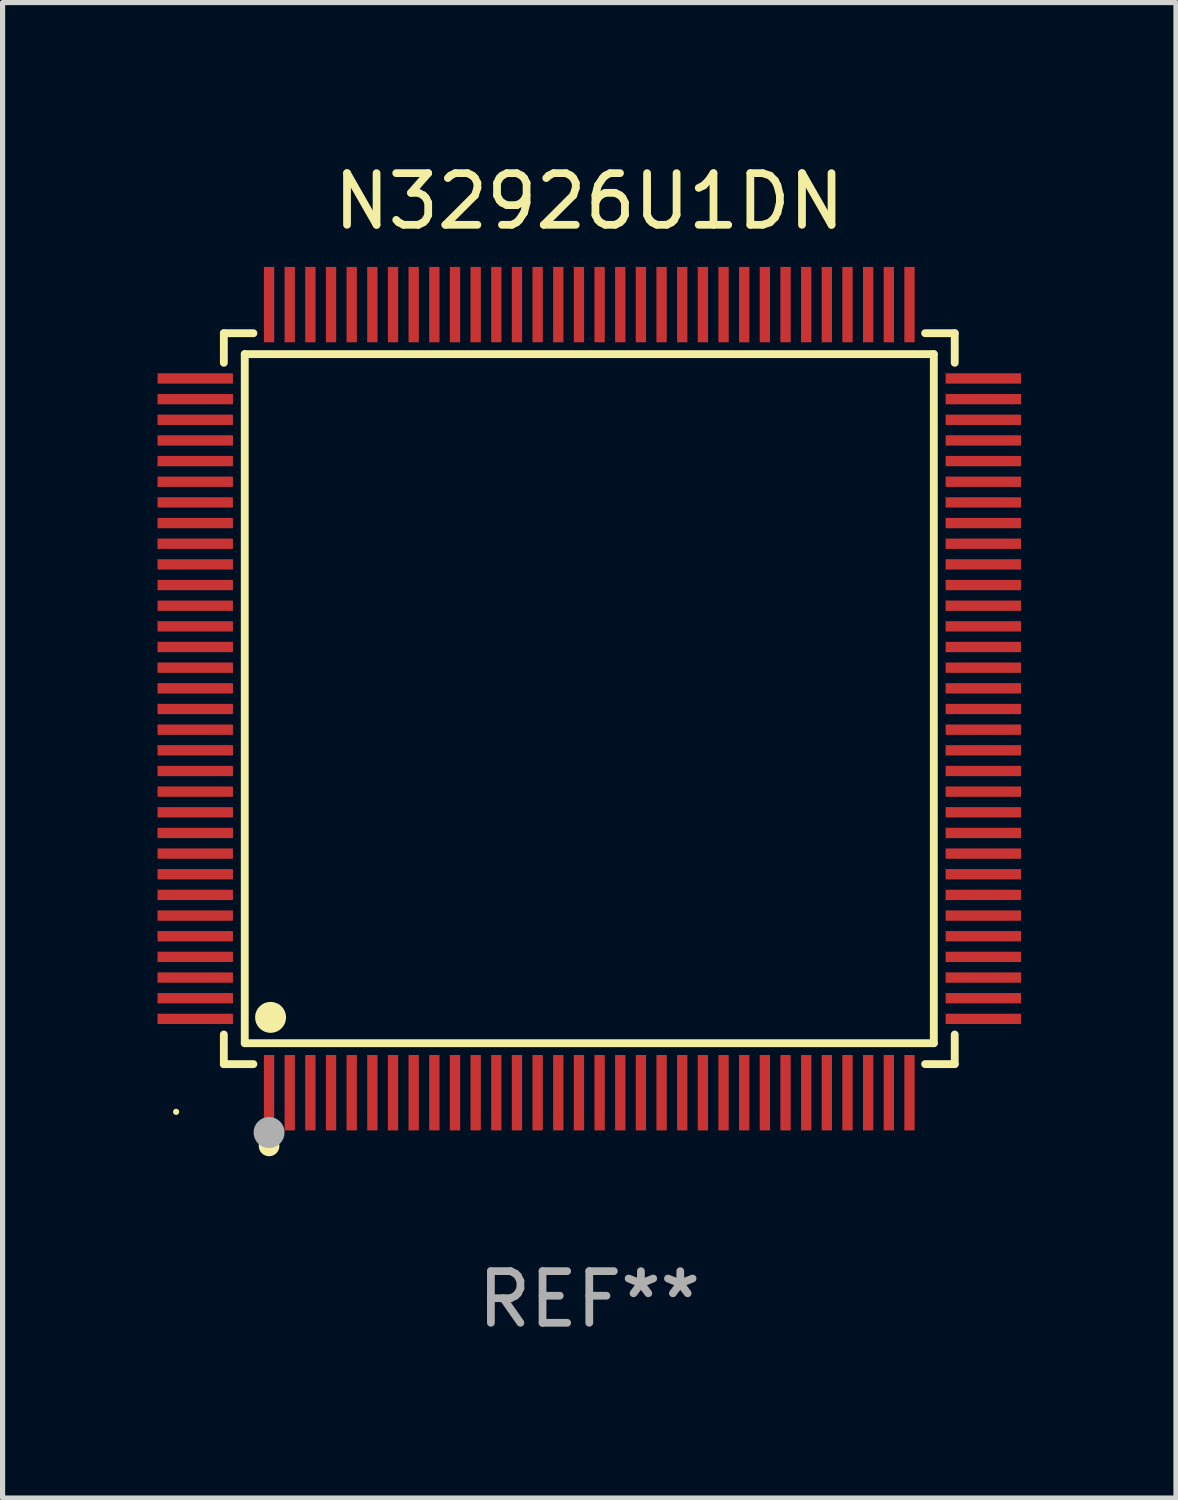
<source format=kicad_pcb>
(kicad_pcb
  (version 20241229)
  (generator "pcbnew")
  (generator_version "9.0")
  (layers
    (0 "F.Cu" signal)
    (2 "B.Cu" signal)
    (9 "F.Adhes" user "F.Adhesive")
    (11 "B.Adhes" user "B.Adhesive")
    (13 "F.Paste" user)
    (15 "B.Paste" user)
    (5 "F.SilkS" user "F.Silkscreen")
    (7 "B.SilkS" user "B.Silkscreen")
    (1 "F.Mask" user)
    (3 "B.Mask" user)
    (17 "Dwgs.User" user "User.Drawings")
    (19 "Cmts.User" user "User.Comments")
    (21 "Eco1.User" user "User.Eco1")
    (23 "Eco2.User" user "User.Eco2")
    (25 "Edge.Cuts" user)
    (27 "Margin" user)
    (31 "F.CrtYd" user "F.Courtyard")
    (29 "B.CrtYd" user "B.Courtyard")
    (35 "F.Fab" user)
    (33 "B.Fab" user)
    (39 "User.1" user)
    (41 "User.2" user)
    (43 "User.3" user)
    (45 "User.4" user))
  (footprint "N32926U1DN"
    (layer "F.Cu")
    (at 8.36 10.478)
    (property "Reference" "N32926U1DN" (at 0 -9.63 0) (layer "F.SilkS") (effects (font (size 1 1) (thickness 0.15))))
    (attr through_hole)
    (fp_line (start -7.076 -7.076) (end -6.503 -7.076) (stroke (width 0.152) (type solid)) (layer "F.SilkS"))
    (fp_line (start -7.076 -6.503) (end -7.076 -7.076) (stroke (width 0.152) (type solid)) (layer "F.SilkS"))
    (fp_line (start -7.076 6.503) (end -7.076 7.076) (stroke (width 0.152) (type solid)) (layer "F.SilkS"))
    (fp_line (start -7.076 7.076) (end -6.503 7.076) (stroke (width 0.152) (type solid)) (layer "F.SilkS"))
    (fp_line (start -6.671 -6.671) (end 6.671 -6.671) (stroke (width 0.152) (type solid)) (layer "F.SilkS"))
    (fp_line (start -6.671 6.671) (end -6.671 -6.671) (stroke (width 0.152) (type solid)) (layer "F.SilkS"))
    (fp_line (start 6.671 -6.671) (end 6.671 6.671) (stroke (width 0.152) (type solid)) (layer "F.SilkS"))
    (fp_line (start 6.671 6.671) (end -6.671 6.671) (stroke (width 0.152) (type solid)) (layer "F.SilkS"))
    (fp_line (start 7.076 -7.076) (end 6.503 -7.076) (stroke (width 0.152) (type solid)) (layer "F.SilkS"))
    (fp_line (start 7.076 -6.503) (end 7.076 -7.076) (stroke (width 0.152) (type solid)) (layer "F.SilkS"))
    (fp_line (start 7.076 6.503) (end 7.076 7.076) (stroke (width 0.152) (type solid)) (layer "F.SilkS"))
    (fp_line (start 7.076 7.076) (end 6.503 7.076) (stroke (width 0.152) (type solid)) (layer "F.SilkS"))
    (fp_circle (center -8 8) (end -7.97 8) (stroke (width 0.06) (type solid)) (fill no) (layer "F.SilkS"))
    (fp_circle (center -6.2 8.66) (end -6.1 8.66) (stroke (width 0.2) (type solid)) (fill no) (layer "F.SilkS"))
    (fp_circle (center -6.171 6.171) (end -6.021 6.171) (stroke (width 0.3) (type solid)) (fill no) (layer "F.SilkS"))
    (fp_circle (center -6.2 8.4) (end -6.05 8.4) (stroke (width 0.3) (type solid)) (fill no) (layer "F.Fab"))
    (fp_text user "REF**" (at 0 11.63 0) (layer "F.Fab") (effects (font (size 1 1) (thickness 0.15))))
    (pad "1" smd rect (at -6.2 7.63) (size 0.2 1.46) (layers "F.Cu" "F.Mask" "F.Paste"))
    (pad "2" smd rect (at -5.8 7.63) (size 0.2 1.46) (layers "F.Cu" "F.Mask" "F.Paste"))
    (pad "3" smd rect (at -5.4 7.63) (size 0.2 1.46) (layers "F.Cu" "F.Mask" "F.Paste"))
    (pad "4" smd rect (at -5 7.63) (size 0.2 1.46) (layers "F.Cu" "F.Mask" "F.Paste"))
    (pad "5" smd rect (at -4.6 7.63) (size 0.2 1.46) (layers "F.Cu" "F.Mask" "F.Paste"))
    (pad "6" smd rect (at -4.2 7.63) (size 0.2 1.46) (layers "F.Cu" "F.Mask" "F.Paste"))
    (pad "7" smd rect (at -3.8 7.63) (size 0.2 1.46) (layers "F.Cu" "F.Mask" "F.Paste"))
    (pad "8" smd rect (at -3.4 7.63) (size 0.2 1.46) (layers "F.Cu" "F.Mask" "F.Paste"))
    (pad "9" smd rect (at -3 7.63) (size 0.2 1.46) (layers "F.Cu" "F.Mask" "F.Paste"))
    (pad "10" smd rect (at -2.6 7.63) (size 0.2 1.46) (layers "F.Cu" "F.Mask" "F.Paste"))
    (pad "11" smd rect (at -2.2 7.63) (size 0.2 1.46) (layers "F.Cu" "F.Mask" "F.Paste"))
    (pad "12" smd rect (at -1.8 7.63) (size 0.2 1.46) (layers "F.Cu" "F.Mask" "F.Paste"))
    (pad "13" smd rect (at -1.4 7.63) (size 0.2 1.46) (layers "F.Cu" "F.Mask" "F.Paste"))
    (pad "14" smd rect (at -1 7.63) (size 0.2 1.46) (layers "F.Cu" "F.Mask" "F.Paste"))
    (pad "15" smd rect (at -0.6 7.63) (size 0.2 1.46) (layers "F.Cu" "F.Mask" "F.Paste"))
    (pad "16" smd rect (at -0.2 7.63) (size 0.2 1.46) (layers "F.Cu" "F.Mask" "F.Paste"))
    (pad "17" smd rect (at 0.2 7.63) (size 0.2 1.46) (layers "F.Cu" "F.Mask" "F.Paste"))
    (pad "18" smd rect (at 0.6 7.63) (size 0.2 1.46) (layers "F.Cu" "F.Mask" "F.Paste"))
    (pad "19" smd rect (at 1 7.63) (size 0.2 1.46) (layers "F.Cu" "F.Mask" "F.Paste"))
    (pad "20" smd rect (at 1.4 7.63) (size 0.2 1.46) (layers "F.Cu" "F.Mask" "F.Paste"))
    (pad "21" smd rect (at 1.8 7.63) (size 0.2 1.46) (layers "F.Cu" "F.Mask" "F.Paste"))
    (pad "22" smd rect (at 2.2 7.63) (size 0.2 1.46) (layers "F.Cu" "F.Mask" "F.Paste"))
    (pad "23" smd rect (at 2.6 7.63) (size 0.2 1.46) (layers "F.Cu" "F.Mask" "F.Paste"))
    (pad "24" smd rect (at 3 7.63) (size 0.2 1.46) (layers "F.Cu" "F.Mask" "F.Paste"))
    (pad "25" smd rect (at 3.4 7.63) (size 0.2 1.46) (layers "F.Cu" "F.Mask" "F.Paste"))
    (pad "26" smd rect (at 3.8 7.63) (size 0.2 1.46) (layers "F.Cu" "F.Mask" "F.Paste"))
    (pad "27" smd rect (at 4.2 7.63) (size 0.2 1.46) (layers "F.Cu" "F.Mask" "F.Paste"))
    (pad "28" smd rect (at 4.6 7.63) (size 0.2 1.46) (layers "F.Cu" "F.Mask" "F.Paste"))
    (pad "29" smd rect (at 5 7.63) (size 0.2 1.46) (layers "F.Cu" "F.Mask" "F.Paste"))
    (pad "30" smd rect (at 5.4 7.63) (size 0.2 1.46) (layers "F.Cu" "F.Mask" "F.Paste"))
    (pad "31" smd rect (at 5.8 7.63) (size 0.2 1.46) (layers "F.Cu" "F.Mask" "F.Paste"))
    (pad "32" smd rect (at 6.2 7.63) (size 0.2 1.46) (layers "F.Cu" "F.Mask" "F.Paste"))
    (pad "33" smd rect (at 7.63 6.2) (size 1.46 0.2) (layers "F.Cu" "F.Mask" "F.Paste"))
    (pad "34" smd rect (at 7.63 5.8) (size 1.46 0.2) (layers "F.Cu" "F.Mask" "F.Paste"))
    (pad "35" smd rect (at 7.63 5.4) (size 1.46 0.2) (layers "F.Cu" "F.Mask" "F.Paste"))
    (pad "36" smd rect (at 7.63 5) (size 1.46 0.2) (layers "F.Cu" "F.Mask" "F.Paste"))
    (pad "37" smd rect (at 7.63 4.6) (size 1.46 0.2) (layers "F.Cu" "F.Mask" "F.Paste"))
    (pad "38" smd rect (at 7.63 4.2) (size 1.46 0.2) (layers "F.Cu" "F.Mask" "F.Paste"))
    (pad "39" smd rect (at 7.63 3.8) (size 1.46 0.2) (layers "F.Cu" "F.Mask" "F.Paste"))
    (pad "40" smd rect (at 7.63 3.4) (size 1.46 0.2) (layers "F.Cu" "F.Mask" "F.Paste"))
    (pad "41" smd rect (at 7.63 3) (size 1.46 0.2) (layers "F.Cu" "F.Mask" "F.Paste"))
    (pad "42" smd rect (at 7.63 2.6) (size 1.46 0.2) (layers "F.Cu" "F.Mask" "F.Paste"))
    (pad "43" smd rect (at 7.63 2.2) (size 1.46 0.2) (layers "F.Cu" "F.Mask" "F.Paste"))
    (pad "44" smd rect (at 7.63 1.8) (size 1.46 0.2) (layers "F.Cu" "F.Mask" "F.Paste"))
    (pad "45" smd rect (at 7.63 1.4) (size 1.46 0.2) (layers "F.Cu" "F.Mask" "F.Paste"))
    (pad "46" smd rect (at 7.63 1) (size 1.46 0.2) (layers "F.Cu" "F.Mask" "F.Paste"))
    (pad "47" smd rect (at 7.63 0.6) (size 1.46 0.2) (layers "F.Cu" "F.Mask" "F.Paste"))
    (pad "48" smd rect (at 7.63 0.2) (size 1.46 0.2) (layers "F.Cu" "F.Mask" "F.Paste"))
    (pad "49" smd rect (at 7.63 -0.2) (size 1.46 0.2) (layers "F.Cu" "F.Mask" "F.Paste"))
    (pad "50" smd rect (at 7.63 -0.6) (size 1.46 0.2) (layers "F.Cu" "F.Mask" "F.Paste"))
    (pad "51" smd rect (at 7.63 -1) (size 1.46 0.2) (layers "F.Cu" "F.Mask" "F.Paste"))
    (pad "52" smd rect (at 7.63 -1.4) (size 1.46 0.2) (layers "F.Cu" "F.Mask" "F.Paste"))
    (pad "53" smd rect (at 7.63 -1.8) (size 1.46 0.2) (layers "F.Cu" "F.Mask" "F.Paste"))
    (pad "54" smd rect (at 7.63 -2.2) (size 1.46 0.2) (layers "F.Cu" "F.Mask" "F.Paste"))
    (pad "55" smd rect (at 7.63 -2.6) (size 1.46 0.2) (layers "F.Cu" "F.Mask" "F.Paste"))
    (pad "56" smd rect (at 7.63 -3) (size 1.46 0.2) (layers "F.Cu" "F.Mask" "F.Paste"))
    (pad "57" smd rect (at 7.63 -3.4) (size 1.46 0.2) (layers "F.Cu" "F.Mask" "F.Paste"))
    (pad "58" smd rect (at 7.63 -3.8) (size 1.46 0.2) (layers "F.Cu" "F.Mask" "F.Paste"))
    (pad "59" smd rect (at 7.63 -4.2) (size 1.46 0.2) (layers "F.Cu" "F.Mask" "F.Paste"))
    (pad "60" smd rect (at 7.63 -4.6) (size 1.46 0.2) (layers "F.Cu" "F.Mask" "F.Paste"))
    (pad "61" smd rect (at 7.63 -5) (size 1.46 0.2) (layers "F.Cu" "F.Mask" "F.Paste"))
    (pad "62" smd rect (at 7.63 -5.4) (size 1.46 0.2) (layers "F.Cu" "F.Mask" "F.Paste"))
    (pad "63" smd rect (at 7.63 -5.8) (size 1.46 0.2) (layers "F.Cu" "F.Mask" "F.Paste"))
    (pad "64" smd rect (at 7.63 -6.2) (size 1.46 0.2) (layers "F.Cu" "F.Mask" "F.Paste"))
    (pad "65" smd rect (at 6.2 -7.63) (size 0.2 1.46) (layers "F.Cu" "F.Mask" "F.Paste"))
    (pad "66" smd rect (at 5.8 -7.63) (size 0.2 1.46) (layers "F.Cu" "F.Mask" "F.Paste"))
    (pad "67" smd rect (at 5.4 -7.63) (size 0.2 1.46) (layers "F.Cu" "F.Mask" "F.Paste"))
    (pad "68" smd rect (at 5 -7.63) (size 0.2 1.46) (layers "F.Cu" "F.Mask" "F.Paste"))
    (pad "69" smd rect (at 4.6 -7.63) (size 0.2 1.46) (layers "F.Cu" "F.Mask" "F.Paste"))
    (pad "70" smd rect (at 4.2 -7.63) (size 0.2 1.46) (layers "F.Cu" "F.Mask" "F.Paste"))
    (pad "71" smd rect (at 3.8 -7.63) (size 0.2 1.46) (layers "F.Cu" "F.Mask" "F.Paste"))
    (pad "72" smd rect (at 3.4 -7.63) (size 0.2 1.46) (layers "F.Cu" "F.Mask" "F.Paste"))
    (pad "73" smd rect (at 3 -7.63) (size 0.2 1.46) (layers "F.Cu" "F.Mask" "F.Paste"))
    (pad "74" smd rect (at 2.6 -7.63) (size 0.2 1.46) (layers "F.Cu" "F.Mask" "F.Paste"))
    (pad "75" smd rect (at 2.2 -7.63) (size 0.2 1.46) (layers "F.Cu" "F.Mask" "F.Paste"))
    (pad "76" smd rect (at 1.8 -7.63) (size 0.2 1.46) (layers "F.Cu" "F.Mask" "F.Paste"))
    (pad "77" smd rect (at 1.4 -7.63) (size 0.2 1.46) (layers "F.Cu" "F.Mask" "F.Paste"))
    (pad "78" smd rect (at 1 -7.63) (size 0.2 1.46) (layers "F.Cu" "F.Mask" "F.Paste"))
    (pad "79" smd rect (at 0.6 -7.63) (size 0.2 1.46) (layers "F.Cu" "F.Mask" "F.Paste"))
    (pad "80" smd rect (at 0.2 -7.63) (size 0.2 1.46) (layers "F.Cu" "F.Mask" "F.Paste"))
    (pad "81" smd rect (at -0.2 -7.63) (size 0.2 1.46) (layers "F.Cu" "F.Mask" "F.Paste"))
    (pad "82" smd rect (at -0.6 -7.63) (size 0.2 1.46) (layers "F.Cu" "F.Mask" "F.Paste"))
    (pad "83" smd rect (at -1 -7.63) (size 0.2 1.46) (layers "F.Cu" "F.Mask" "F.Paste"))
    (pad "84" smd rect (at -1.4 -7.63) (size 0.2 1.46) (layers "F.Cu" "F.Mask" "F.Paste"))
    (pad "85" smd rect (at -1.8 -7.63) (size 0.2 1.46) (layers "F.Cu" "F.Mask" "F.Paste"))
    (pad "86" smd rect (at -2.2 -7.63) (size 0.2 1.46) (layers "F.Cu" "F.Mask" "F.Paste"))
    (pad "87" smd rect (at -2.6 -7.63) (size 0.2 1.46) (layers "F.Cu" "F.Mask" "F.Paste"))
    (pad "88" smd rect (at -3 -7.63) (size 0.2 1.46) (layers "F.Cu" "F.Mask" "F.Paste"))
    (pad "89" smd rect (at -3.4 -7.63) (size 0.2 1.46) (layers "F.Cu" "F.Mask" "F.Paste"))
    (pad "90" smd rect (at -3.8 -7.63) (size 0.2 1.46) (layers "F.Cu" "F.Mask" "F.Paste"))
    (pad "91" smd rect (at -4.2 -7.63) (size 0.2 1.46) (layers "F.Cu" "F.Mask" "F.Paste"))
    (pad "92" smd rect (at -4.6 -7.63) (size 0.2 1.46) (layers "F.Cu" "F.Mask" "F.Paste"))
    (pad "93" smd rect (at -5 -7.63) (size 0.2 1.46) (layers "F.Cu" "F.Mask" "F.Paste"))
    (pad "94" smd rect (at -5.4 -7.63) (size 0.2 1.46) (layers "F.Cu" "F.Mask" "F.Paste"))
    (pad "95" smd rect (at -5.8 -7.63) (size 0.2 1.46) (layers "F.Cu" "F.Mask" "F.Paste"))
    (pad "96" smd rect (at -6.2 -7.63) (size 0.2 1.46) (layers "F.Cu" "F.Mask" "F.Paste"))
    (pad "97" smd rect (at -7.63 -6.2) (size 1.46 0.2) (layers "F.Cu" "F.Mask" "F.Paste"))
    (pad "98" smd rect (at -7.63 -5.8) (size 1.46 0.2) (layers "F.Cu" "F.Mask" "F.Paste"))
    (pad "99" smd rect (at -7.63 -5.4) (size 1.46 0.2) (layers "F.Cu" "F.Mask" "F.Paste"))
    (pad "100" smd rect (at -7.63 -5) (size 1.46 0.2) (layers "F.Cu" "F.Mask" "F.Paste"))
    (pad "101" smd rect (at -7.63 -4.6) (size 1.46 0.2) (layers "F.Cu" "F.Mask" "F.Paste"))
    (pad "102" smd rect (at -7.63 -4.2) (size 1.46 0.2) (layers "F.Cu" "F.Mask" "F.Paste"))
    (pad "103" smd rect (at -7.63 -3.8) (size 1.46 0.2) (layers "F.Cu" "F.Mask" "F.Paste"))
    (pad "104" smd rect (at -7.63 -3.4) (size 1.46 0.2) (layers "F.Cu" "F.Mask" "F.Paste"))
    (pad "105" smd rect (at -7.63 -3) (size 1.46 0.2) (layers "F.Cu" "F.Mask" "F.Paste"))
    (pad "106" smd rect (at -7.63 -2.6) (size 1.46 0.2) (layers "F.Cu" "F.Mask" "F.Paste"))
    (pad "107" smd rect (at -7.63 -2.2) (size 1.46 0.2) (layers "F.Cu" "F.Mask" "F.Paste"))
    (pad "108" smd rect (at -7.63 -1.8) (size 1.46 0.2) (layers "F.Cu" "F.Mask" "F.Paste"))
    (pad "109" smd rect (at -7.63 -1.4) (size 1.46 0.2) (layers "F.Cu" "F.Mask" "F.Paste"))
    (pad "110" smd rect (at -7.63 -1) (size 1.46 0.2) (layers "F.Cu" "F.Mask" "F.Paste"))
    (pad "111" smd rect (at -7.63 -0.6) (size 1.46 0.2) (layers "F.Cu" "F.Mask" "F.Paste"))
    (pad "112" smd rect (at -7.63 -0.2) (size 1.46 0.2) (layers "F.Cu" "F.Mask" "F.Paste"))
    (pad "113" smd rect (at -7.63 0.2) (size 1.46 0.2) (layers "F.Cu" "F.Mask" "F.Paste"))
    (pad "114" smd rect (at -7.63 0.6) (size 1.46 0.2) (layers "F.Cu" "F.Mask" "F.Paste"))
    (pad "115" smd rect (at -7.63 1) (size 1.46 0.2) (layers "F.Cu" "F.Mask" "F.Paste"))
    (pad "116" smd rect (at -7.63 1.4) (size 1.46 0.2) (layers "F.Cu" "F.Mask" "F.Paste"))
    (pad "117" smd rect (at -7.63 1.8) (size 1.46 0.2) (layers "F.Cu" "F.Mask" "F.Paste"))
    (pad "118" smd rect (at -7.63 2.2) (size 1.46 0.2) (layers "F.Cu" "F.Mask" "F.Paste"))
    (pad "119" smd rect (at -7.63 2.6) (size 1.46 0.2) (layers "F.Cu" "F.Mask" "F.Paste"))
    (pad "120" smd rect (at -7.63 3) (size 1.46 0.2) (layers "F.Cu" "F.Mask" "F.Paste"))
    (pad "121" smd rect (at -7.63 3.4) (size 1.46 0.2) (layers "F.Cu" "F.Mask" "F.Paste"))
    (pad "122" smd rect (at -7.63 3.8) (size 1.46 0.2) (layers "F.Cu" "F.Mask" "F.Paste"))
    (pad "123" smd rect (at -7.63 4.2) (size 1.46 0.2) (layers "F.Cu" "F.Mask" "F.Paste"))
    (pad "124" smd rect (at -7.63 4.6) (size 1.46 0.2) (layers "F.Cu" "F.Mask" "F.Paste"))
    (pad "125" smd rect (at -7.63 5) (size 1.46 0.2) (layers "F.Cu" "F.Mask" "F.Paste"))
    (pad "126" smd rect (at -7.63 5.4) (size 1.46 0.2) (layers "F.Cu" "F.Mask" "F.Paste"))
    (pad "127" smd rect (at -7.63 5.8) (size 1.46 0.2) (layers "F.Cu" "F.Mask" "F.Paste"))
    (pad "128" smd rect (at -7.63 6.2) (size 1.46 0.2) (layers "F.Cu" "F.Mask" "F.Paste")))
  (gr_rect
    (start -3 -3)
    (end 19.72 25.956)
    (stroke (width 0.1) (type default))
    (fill no)
    (layer "Edge.Cuts")))
</source>
